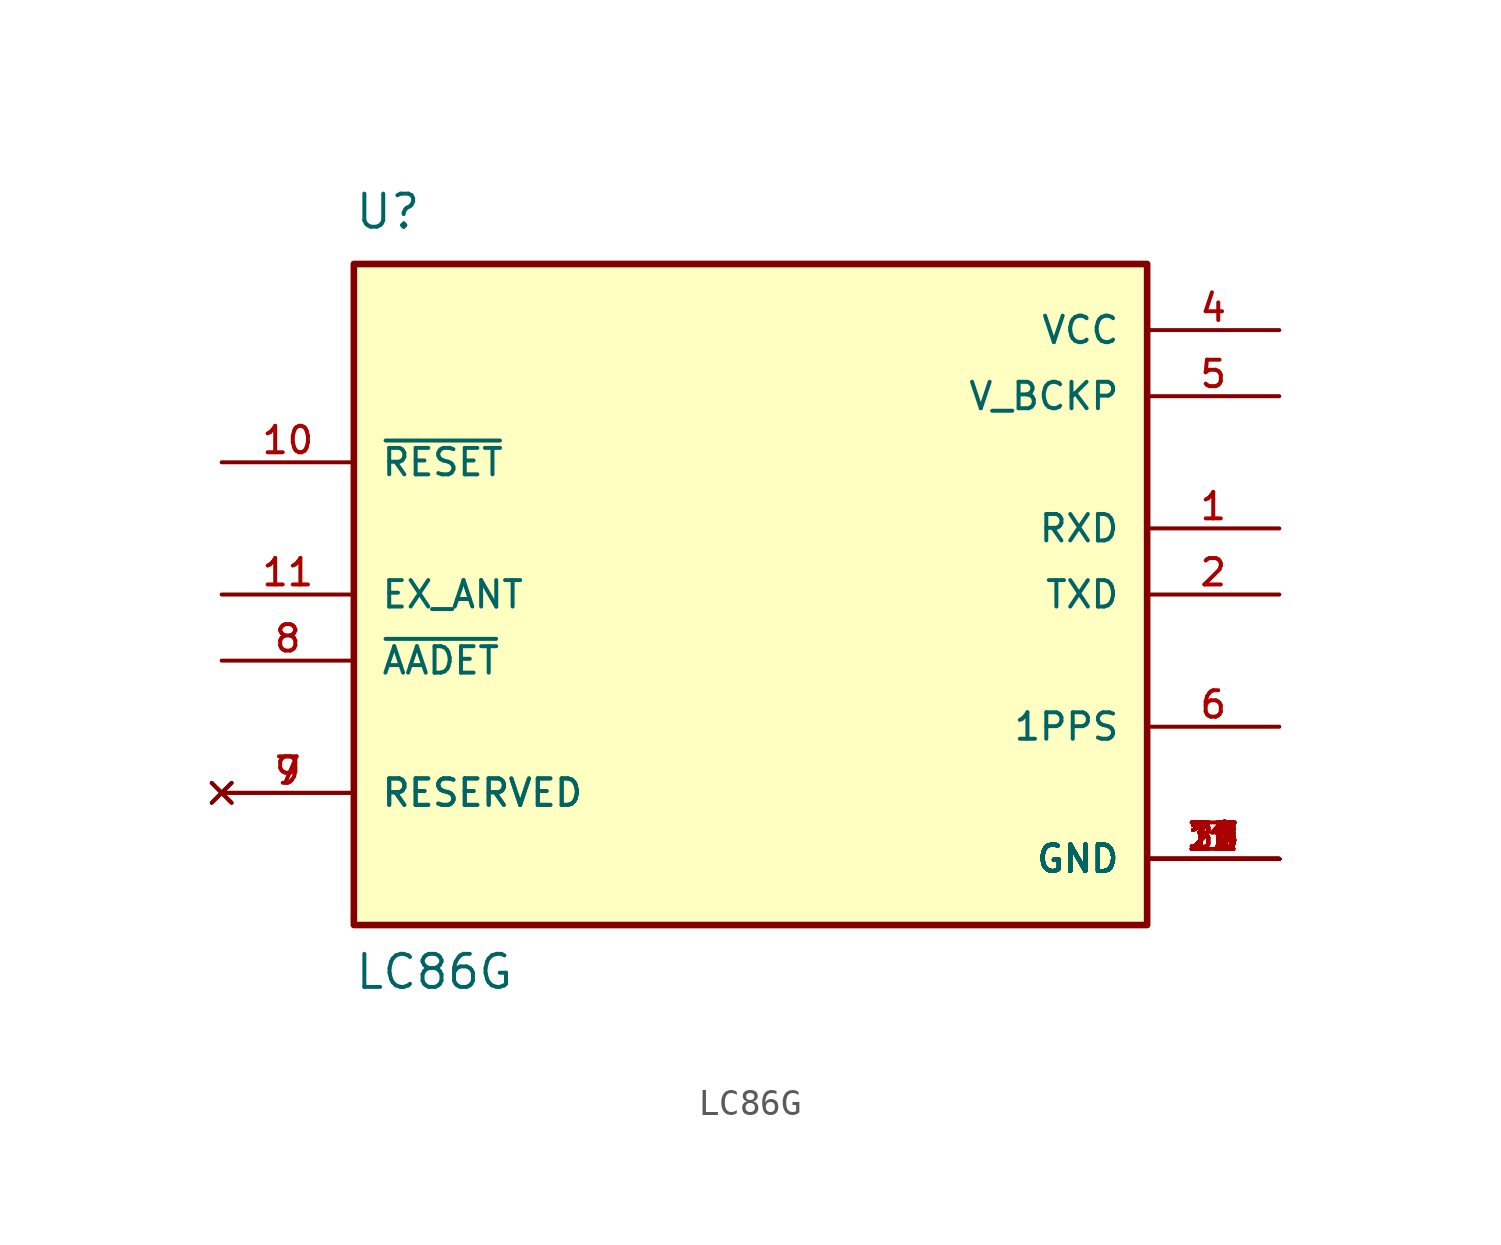
<source format=kicad_sym>
(kicad_symbol_lib
  (version 20211014)
  (generator kicad_symbol_editor)
  (symbol "LC86G"
    (pin_names
      (offset 1.016))
    (property "Reference" "U"
      (at -15.24 13.97 0)
      (effects (font (size 1.27 1.27)) (justify bottom left)))
    (property "Value" "LC86G"
      (at -15.24 -15.24 0)
      (effects (font (size 1.27 1.27)) (justify bottom left)))
    (symbol "LC86G_0_0"
      (rectangle (start -15.24 -12.7) (end 15.24 12.7) (stroke (width 0.254)) (fill (type background)))
      (pin power_in line (at 20.32 10.16 180.0) (length 5.08) (name "VCC" (effects (font (size 1.016 1.016)))) (number "4" (effects (font (size 1.016 1.016)))))
      (pin power_in line (at 20.32 7.62 180.0) (length 5.08) (name "V_BCKP" (effects (font (size 1.016 1.016)))) (number "5" (effects (font (size 1.016 1.016)))))
      (pin power_in line (at 20.32 -10.16 180.0) (length 5.08) (name "GND" (effects (font (size 1.016 1.016)))) (number "3" (effects (font (size 1.016 1.016)))))
      (pin power_in line (at 20.32 -10.16 180.0) (length 5.08) (name "GND" (effects (font (size 1.016 1.016)))) (number "12" (effects (font (size 1.016 1.016)))))
      (pin power_in line (at 20.32 -10.16 180.0) (length 5.08) (name "GND" (effects (font (size 1.016 1.016)))) (number "13" (effects (font (size 1.016 1.016)))))
      (pin power_in line (at 20.32 -10.16 180.0) (length 5.08) (name "GND" (effects (font (size 1.016 1.016)))) (number "14" (effects (font (size 1.016 1.016)))))
      (pin power_in line (at 20.32 -10.16 180.0) (length 5.08) (name "GND" (effects (font (size 1.016 1.016)))) (number "15" (effects (font (size 1.016 1.016)))))
      (pin power_in line (at 20.32 -10.16 180.0) (length 5.08) (name "GND" (effects (font (size 1.016 1.016)))) (number "16" (effects (font (size 1.016 1.016)))))
      (pin power_in line (at 20.32 -10.16 180.0) (length 5.08) (name "GND" (effects (font (size 1.016 1.016)))) (number "17" (effects (font (size 1.016 1.016)))))
      (pin power_in line (at 20.32 -10.16 180.0) (length 5.08) (name "GND" (effects (font (size 1.016 1.016)))) (number "18" (effects (font (size 1.016 1.016)))))
      (pin power_in line (at 20.32 -10.16 180.0) (length 5.08) (name "GND" (effects (font (size 1.016 1.016)))) (number "19" (effects (font (size 1.016 1.016)))))
      (pin power_in line (at 20.32 -10.16 180.0) (length 5.08) (name "GND" (effects (font (size 1.016 1.016)))) (number "20" (effects (font (size 1.016 1.016)))))
      (pin power_in line (at 20.32 -10.16 180.0) (length 5.08) (name "GND" (effects (font (size 1.016 1.016)))) (number "21" (effects (font (size 1.016 1.016)))))
      (pin power_in line (at 20.32 -10.16 180.0) (length 5.08) (name "GND" (effects (font (size 1.016 1.016)))) (number "22" (effects (font (size 1.016 1.016)))))
      (pin power_in line (at 20.32 -10.16 180.0) (length 5.08) (name "GND" (effects (font (size 1.016 1.016)))) (number "23" (effects (font (size 1.016 1.016)))))
      (pin power_in line (at 20.32 -10.16 180.0) (length 5.08) (name "GND" (effects (font (size 1.016 1.016)))) (number "24" (effects (font (size 1.016 1.016)))))
      (pin power_in line (at 20.32 -10.16 180.0) (length 5.08) (name "GND" (effects (font (size 1.016 1.016)))) (number "25" (effects (font (size 1.016 1.016)))))
      (pin power_in line (at 20.32 -10.16 180.0) (length 5.08) (name "GND" (effects (font (size 1.016 1.016)))) (number "26" (effects (font (size 1.016 1.016)))))
      (pin power_in line (at 20.32 -10.16 180.0) (length 5.08) (name "GND" (effects (font (size 1.016 1.016)))) (number "27" (effects (font (size 1.016 1.016)))))
      (pin power_in line (at 20.32 -10.16 180.0) (length 5.08) (name "GND" (effects (font (size 1.016 1.016)))) (number "28" (effects (font (size 1.016 1.016)))))
      (pin power_in line (at 20.32 -10.16 180.0) (length 5.08) (name "GND" (effects (font (size 1.016 1.016)))) (number "29" (effects (font (size 1.016 1.016)))))
      (pin power_in line (at 20.32 -10.16 180.0) (length 5.08) (name "GND" (effects (font (size 1.016 1.016)))) (number "30" (effects (font (size 1.016 1.016)))))
      (pin power_in line (at 20.32 -10.16 180.0) (length 5.08) (name "GND" (effects (font (size 1.016 1.016)))) (number "31" (effects (font (size 1.016 1.016)))))
      (pin power_in line (at 20.32 -10.16 180.0) (length 5.08) (name "GND" (effects (font (size 1.016 1.016)))) (number "32" (effects (font (size 1.016 1.016)))))
      (pin power_in line (at 20.32 -10.16 180.0) (length 5.08) (name "GND" (effects (font (size 1.016 1.016)))) (number "33" (effects (font (size 1.016 1.016)))))
      (pin power_in line (at 20.32 -10.16 180.0) (length 5.08) (name "GND" (effects (font (size 1.016 1.016)))) (number "34" (effects (font (size 1.016 1.016)))))
      (pin power_in line (at 20.32 -10.16 180.0) (length 5.08) (name "GND" (effects (font (size 1.016 1.016)))) (number "35" (effects (font (size 1.016 1.016)))))
      (pin power_in line (at 20.32 -10.16 180.0) (length 5.08) (name "GND" (effects (font (size 1.016 1.016)))) (number "36" (effects (font (size 1.016 1.016)))))
      (pin input line (at -20.32 5.08 0) (length 5.08) (name "~{RESET}" (effects (font (size 1.016 1.016)))) (number "10" (effects (font (size 1.016 1.016)))))
      (pin input line (at 20.32 2.54 180.0) (length 5.08) (name "RXD" (effects (font (size 1.016 1.016)))) (number "1" (effects (font (size 1.016 1.016)))))
      (pin output line (at 20.32 0.0 180.0) (length 5.08) (name "TXD" (effects (font (size 1.016 1.016)))) (number "2" (effects (font (size 1.016 1.016)))))
      (pin output line (at 20.32 -5.08 180.0) (length 5.08) (name "1PPS" (effects (font (size 1.016 1.016)))) (number "6" (effects (font (size 1.016 1.016)))))
      (pin input line (at -20.32 0.0 0) (length 5.08) (name "EX_ANT" (effects (font (size 1.016 1.016)))) (number "11" (effects (font (size 1.016 1.016)))))
      (pin bidirectional line (at -20.32 -2.54 0) (length 5.08) (name "~{AADET}" (effects (font (size 1.016 1.016)))) (number "8" (effects (font (size 1.016 1.016)))))
      (pin no_connect line (at -20.32 -7.62 0) (length 5.08) (name "RESERVED" (effects (font (size 1.016 1.016)))) (number "7" (effects (font (size 1.016 1.016)))))
      (pin no_connect line (at -20.32 -7.62 0) (length 5.08) (name "RESERVED" (effects (font (size 1.016 1.016)))) (number "9" (effects (font (size 1.016 1.016))))))))
</source>
